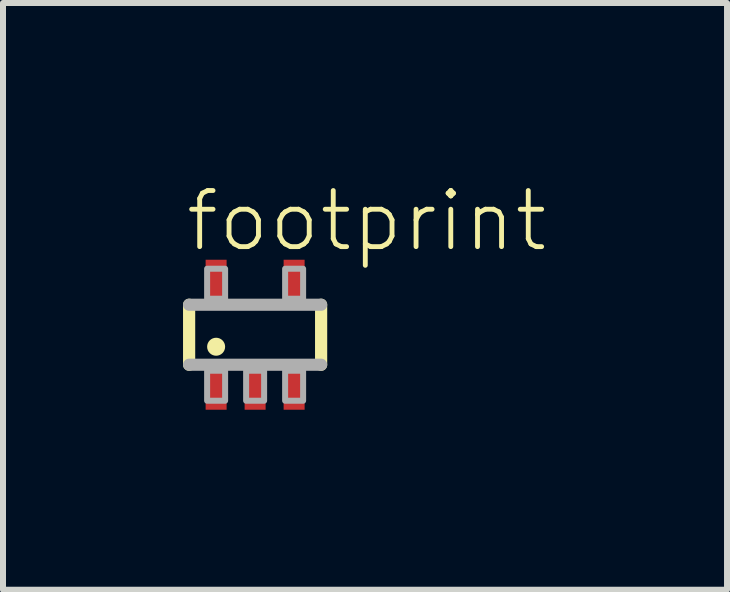
<source format=kicad_pcb>
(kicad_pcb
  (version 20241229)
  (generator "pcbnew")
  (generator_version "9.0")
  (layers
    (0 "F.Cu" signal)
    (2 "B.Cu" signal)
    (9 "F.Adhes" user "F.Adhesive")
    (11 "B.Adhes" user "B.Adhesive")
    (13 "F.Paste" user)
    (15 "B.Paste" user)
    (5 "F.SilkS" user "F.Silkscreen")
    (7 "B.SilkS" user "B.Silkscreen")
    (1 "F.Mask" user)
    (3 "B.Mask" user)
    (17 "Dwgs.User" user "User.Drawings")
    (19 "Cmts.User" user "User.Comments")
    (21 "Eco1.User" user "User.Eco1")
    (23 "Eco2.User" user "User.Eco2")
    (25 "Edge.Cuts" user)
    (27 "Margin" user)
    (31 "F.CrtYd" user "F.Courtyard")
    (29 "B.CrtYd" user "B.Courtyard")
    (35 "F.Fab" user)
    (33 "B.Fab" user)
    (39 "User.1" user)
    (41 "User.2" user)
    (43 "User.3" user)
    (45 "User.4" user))
  (footprint "footprint"
    (layer "F.Cu")
    (at 1.202 2.529)
    (property "Reference" "footprint" (at -1.2 -1.35 0) (layer "F.SilkS") (effects (font (size 0.935 0.935) (thickness 0.081)) (justify left bottom)))
    (fp_line (start -1.1 0.5) (end -1.1 -0.5) (stroke (width 0.203) (type solid)) (layer "F.SilkS"))
    (fp_line (start 1.1 -0.5) (end 1.1 0.5) (stroke (width 0.203) (type solid)) (layer "F.SilkS"))
    (fp_circle (center -0.65 0.2) (end -0.575 0.2) (stroke (width 0.15) (type solid)) (fill yes) (layer "F.SilkS"))
    (fp_line (start -1.1 -0.5) (end 1.1 -0.5) (stroke (width 0.203) (type solid)) (layer "F.Fab"))
    (fp_line (start 1.1 0.5) (end -1.1 0.5) (stroke (width 0.203) (type solid)) (layer "F.Fab"))
    (fp_poly (pts (xy -0.8 -0.6) (xy -0.5 -0.6) (xy -0.5 -1.1) (xy -0.8 -1.1)) (stroke (width 0.1) (type solid)) (fill no) (layer "F.Fab"))
    (fp_poly (pts (xy -0.8 1.1) (xy -0.5 1.1) (xy -0.5 0.6) (xy -0.8 0.6)) (stroke (width 0.1) (type solid)) (fill no) (layer "F.Fab"))
    (fp_poly (pts (xy -0.15 1.1) (xy 0.15 1.1) (xy 0.15 0.6) (xy -0.15 0.6)) (stroke (width 0.1) (type solid)) (fill no) (layer "F.Fab"))
    (fp_poly (pts (xy 0.5 -0.6) (xy 0.8 -0.6) (xy 0.8 -1.1) (xy 0.5 -1.1)) (stroke (width 0.1) (type solid)) (fill no) (layer "F.Fab"))
    (fp_poly (pts (xy 0.5 1.1) (xy 0.8 1.1) (xy 0.8 0.6) (xy 0.5 0.6)) (stroke (width 0.1) (type solid)) (fill no) (layer "F.Fab"))
    (pad "1" smd rect (at -0.65 0.85) (size 0.35 0.8) (layers "F.Cu" "F.Mask" "F.Paste"))
    (pad "2" smd rect (at 0 0.85) (size 0.35 0.8) (layers "F.Cu" "F.Mask" "F.Paste"))
    (pad "3" smd rect (at 0.65 0.85) (size 0.35 0.8) (layers "F.Cu" "F.Mask" "F.Paste"))
    (pad "4" smd rect (at 0.65 -0.85) (size 0.35 0.8) (layers "F.Cu" "F.Mask" "F.Paste"))
    (pad "5" smd rect (at -0.65 -0.85) (size 0.35 0.8) (layers "F.Cu" "F.Mask" "F.Paste")))
  (gr_rect
    (start -3 -3)
    (end 9.067 6.779)
    (stroke (width 0.1) (type default))
    (fill no)
    (layer "Edge.Cuts")))
</source>
